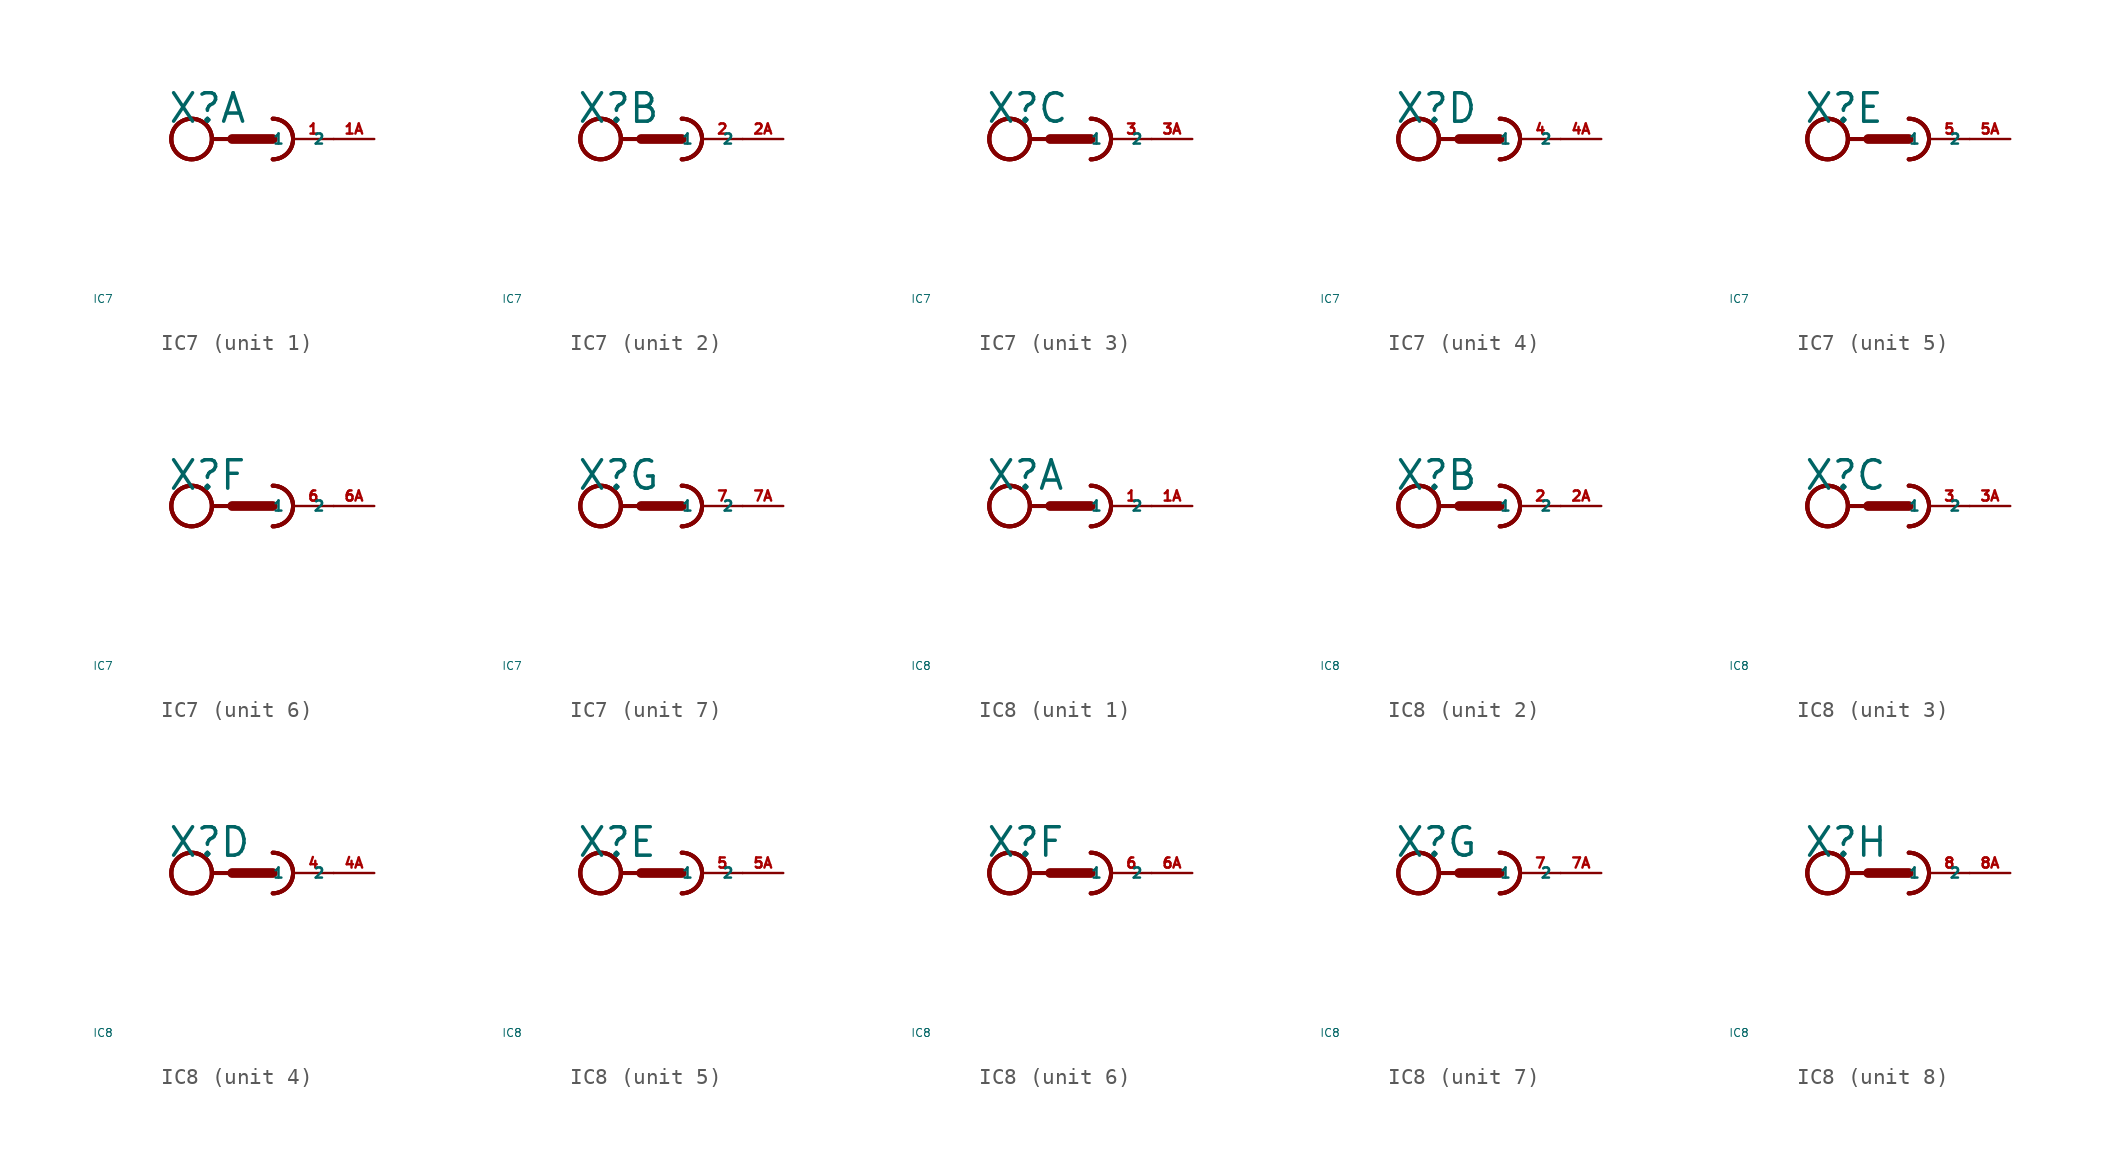
<source format=kicad_sym>
(kicad_symbol_lib
  (version 20220914)
  (generator Eagle2Kicad)
  (symbol "IC7"
    (property "Reference" "X"
      (at -5.334 0.889 0)
      (effects (font (size 1.778 1.778) (thickness 0.22)) (justify left bottom)))
    (property "Value" "IC7"
      (at -10 -10 0)
      (effects (font (size 0.5 0.5) (thickness 0.06)) (justify left)))
    (symbol "IC7_1_0"
      (arc (start 1.27 -1.27) (mid 2.540 0.000) (end 1.27 1.27) (stroke (width 0.254) (type default)) (fill (type none)))
      (arc (start 1.27 -1.27) (mid 2.540 0.000) (end 1.27 1.27) (stroke (width 0.254) (type default)) (fill (type none)))
      (polyline (pts (xy -2.54 0) (xy -1.27 0)) (stroke (width 0.254) (type default)) (fill (type none)))
      (polyline (pts (xy -1.27 0) (xy 1.27 0)) (stroke (width 0.61) (type default)) (fill (type none)))
      (arc (start 1.27 -1.27) (mid 2.540 0.000) (end 1.27 1.27) (stroke (width 0.254) (type default)) (fill (type none)))
      (circle (center -3.81 0) (radius 1.27) (stroke (width 0.254) (type default)) (fill (type none)))
      (circle (center -3.81 0) (radius 1.27) (stroke (width 0.254) (type default)) (fill (type none)))
      (circle (center -3.81 0) (radius 1.27) (stroke (width 0.254) (type default)) (fill (type none)))
      (pin passive line (at 5.08 0 180) (length 2.54) (name "1" (effects (font (size 0.635 0.635) (thickness 0.08)) (justify left bottom))) (number "1" (effects (font (size 0.635 0.635) (thickness 0.08)) (justify left bottom))))
      (pin passive line (at 7.62 0 180) (length 2.54) (name "2" (effects (font (size 0.635 0.635) (thickness 0.08)) (justify left bottom))) (number "1A" (effects (font (size 0.635 0.635) (thickness 0.08)) (justify left bottom)))))
    (symbol "IC7_2_0"
      (arc (start 1.27 -1.27) (mid 2.540 0.000) (end 1.27 1.27) (stroke (width 0.254) (type default)) (fill (type none)))
      (arc (start 1.27 -1.27) (mid 2.540 0.000) (end 1.27 1.27) (stroke (width 0.254) (type default)) (fill (type none)))
      (polyline (pts (xy -2.54 0) (xy -1.27 0)) (stroke (width 0.254) (type default)) (fill (type none)))
      (polyline (pts (xy -1.27 0) (xy 1.27 0)) (stroke (width 0.61) (type default)) (fill (type none)))
      (arc (start 1.27 -1.27) (mid 2.540 0.000) (end 1.27 1.27) (stroke (width 0.254) (type default)) (fill (type none)))
      (circle (center -3.81 0) (radius 1.27) (stroke (width 0.254) (type default)) (fill (type none)))
      (circle (center -3.81 0) (radius 1.27) (stroke (width 0.254) (type default)) (fill (type none)))
      (circle (center -3.81 0) (radius 1.27) (stroke (width 0.254) (type default)) (fill (type none)))
      (pin passive line (at 5.08 0 180) (length 2.54) (name "1" (effects (font (size 0.635 0.635) (thickness 0.08)) (justify left bottom))) (number "2" (effects (font (size 0.635 0.635) (thickness 0.08)) (justify left bottom))))
      (pin passive line (at 7.62 0 180) (length 2.54) (name "2" (effects (font (size 0.635 0.635) (thickness 0.08)) (justify left bottom))) (number "2A" (effects (font (size 0.635 0.635) (thickness 0.08)) (justify left bottom)))))
    (symbol "IC7_3_0"
      (arc (start 1.27 -1.27) (mid 2.540 0.000) (end 1.27 1.27) (stroke (width 0.254) (type default)) (fill (type none)))
      (arc (start 1.27 -1.27) (mid 2.540 0.000) (end 1.27 1.27) (stroke (width 0.254) (type default)) (fill (type none)))
      (polyline (pts (xy -2.54 0) (xy -1.27 0)) (stroke (width 0.254) (type default)) (fill (type none)))
      (polyline (pts (xy -1.27 0) (xy 1.27 0)) (stroke (width 0.61) (type default)) (fill (type none)))
      (arc (start 1.27 -1.27) (mid 2.540 0.000) (end 1.27 1.27) (stroke (width 0.254) (type default)) (fill (type none)))
      (circle (center -3.81 0) (radius 1.27) (stroke (width 0.254) (type default)) (fill (type none)))
      (circle (center -3.81 0) (radius 1.27) (stroke (width 0.254) (type default)) (fill (type none)))
      (circle (center -3.81 0) (radius 1.27) (stroke (width 0.254) (type default)) (fill (type none)))
      (pin passive line (at 5.08 0 180) (length 2.54) (name "1" (effects (font (size 0.635 0.635) (thickness 0.08)) (justify left bottom))) (number "3" (effects (font (size 0.635 0.635) (thickness 0.08)) (justify left bottom))))
      (pin passive line (at 7.62 0 180) (length 2.54) (name "2" (effects (font (size 0.635 0.635) (thickness 0.08)) (justify left bottom))) (number "3A" (effects (font (size 0.635 0.635) (thickness 0.08)) (justify left bottom)))))
    (symbol "IC7_4_0"
      (arc (start 1.27 -1.27) (mid 2.540 0.000) (end 1.27 1.27) (stroke (width 0.254) (type default)) (fill (type none)))
      (arc (start 1.27 -1.27) (mid 2.540 0.000) (end 1.27 1.27) (stroke (width 0.254) (type default)) (fill (type none)))
      (polyline (pts (xy -2.54 0) (xy -1.27 0)) (stroke (width 0.254) (type default)) (fill (type none)))
      (polyline (pts (xy -1.27 0) (xy 1.27 0)) (stroke (width 0.61) (type default)) (fill (type none)))
      (arc (start 1.27 -1.27) (mid 2.540 0.000) (end 1.27 1.27) (stroke (width 0.254) (type default)) (fill (type none)))
      (circle (center -3.81 0) (radius 1.27) (stroke (width 0.254) (type default)) (fill (type none)))
      (circle (center -3.81 0) (radius 1.27) (stroke (width 0.254) (type default)) (fill (type none)))
      (circle (center -3.81 0) (radius 1.27) (stroke (width 0.254) (type default)) (fill (type none)))
      (pin passive line (at 5.08 0 180) (length 2.54) (name "1" (effects (font (size 0.635 0.635) (thickness 0.08)) (justify left bottom))) (number "4" (effects (font (size 0.635 0.635) (thickness 0.08)) (justify left bottom))))
      (pin passive line (at 7.62 0 180) (length 2.54) (name "2" (effects (font (size 0.635 0.635) (thickness 0.08)) (justify left bottom))) (number "4A" (effects (font (size 0.635 0.635) (thickness 0.08)) (justify left bottom)))))
    (symbol "IC7_5_0"
      (arc (start 1.27 -1.27) (mid 2.540 0.000) (end 1.27 1.27) (stroke (width 0.254) (type default)) (fill (type none)))
      (arc (start 1.27 -1.27) (mid 2.540 0.000) (end 1.27 1.27) (stroke (width 0.254) (type default)) (fill (type none)))
      (polyline (pts (xy -2.54 0) (xy -1.27 0)) (stroke (width 0.254) (type default)) (fill (type none)))
      (polyline (pts (xy -1.27 0) (xy 1.27 0)) (stroke (width 0.61) (type default)) (fill (type none)))
      (arc (start 1.27 -1.27) (mid 2.540 0.000) (end 1.27 1.27) (stroke (width 0.254) (type default)) (fill (type none)))
      (circle (center -3.81 0) (radius 1.27) (stroke (width 0.254) (type default)) (fill (type none)))
      (circle (center -3.81 0) (radius 1.27) (stroke (width 0.254) (type default)) (fill (type none)))
      (circle (center -3.81 0) (radius 1.27) (stroke (width 0.254) (type default)) (fill (type none)))
      (pin passive line (at 5.08 0 180) (length 2.54) (name "1" (effects (font (size 0.635 0.635) (thickness 0.08)) (justify left bottom))) (number "5" (effects (font (size 0.635 0.635) (thickness 0.08)) (justify left bottom))))
      (pin passive line (at 7.62 0 180) (length 2.54) (name "2" (effects (font (size 0.635 0.635) (thickness 0.08)) (justify left bottom))) (number "5A" (effects (font (size 0.635 0.635) (thickness 0.08)) (justify left bottom)))))
    (symbol "IC7_6_0"
      (arc (start 1.27 -1.27) (mid 2.540 0.000) (end 1.27 1.27) (stroke (width 0.254) (type default)) (fill (type none)))
      (arc (start 1.27 -1.27) (mid 2.540 0.000) (end 1.27 1.27) (stroke (width 0.254) (type default)) (fill (type none)))
      (polyline (pts (xy -2.54 0) (xy -1.27 0)) (stroke (width 0.254) (type default)) (fill (type none)))
      (polyline (pts (xy -1.27 0) (xy 1.27 0)) (stroke (width 0.61) (type default)) (fill (type none)))
      (arc (start 1.27 -1.27) (mid 2.540 0.000) (end 1.27 1.27) (stroke (width 0.254) (type default)) (fill (type none)))
      (circle (center -3.81 0) (radius 1.27) (stroke (width 0.254) (type default)) (fill (type none)))
      (circle (center -3.81 0) (radius 1.27) (stroke (width 0.254) (type default)) (fill (type none)))
      (circle (center -3.81 0) (radius 1.27) (stroke (width 0.254) (type default)) (fill (type none)))
      (pin passive line (at 5.08 0 180) (length 2.54) (name "1" (effects (font (size 0.635 0.635) (thickness 0.08)) (justify left bottom))) (number "6" (effects (font (size 0.635 0.635) (thickness 0.08)) (justify left bottom))))
      (pin passive line (at 7.62 0 180) (length 2.54) (name "2" (effects (font (size 0.635 0.635) (thickness 0.08)) (justify left bottom))) (number "6A" (effects (font (size 0.635 0.635) (thickness 0.08)) (justify left bottom)))))
    (symbol "IC7_7_0"
      (arc (start 1.27 -1.27) (mid 2.540 0.000) (end 1.27 1.27) (stroke (width 0.254) (type default)) (fill (type none)))
      (arc (start 1.27 -1.27) (mid 2.540 0.000) (end 1.27 1.27) (stroke (width 0.254) (type default)) (fill (type none)))
      (polyline (pts (xy -2.54 0) (xy -1.27 0)) (stroke (width 0.254) (type default)) (fill (type none)))
      (polyline (pts (xy -1.27 0) (xy 1.27 0)) (stroke (width 0.61) (type default)) (fill (type none)))
      (arc (start 1.27 -1.27) (mid 2.540 0.000) (end 1.27 1.27) (stroke (width 0.254) (type default)) (fill (type none)))
      (circle (center -3.81 0) (radius 1.27) (stroke (width 0.254) (type default)) (fill (type none)))
      (circle (center -3.81 0) (radius 1.27) (stroke (width 0.254) (type default)) (fill (type none)))
      (circle (center -3.81 0) (radius 1.27) (stroke (width 0.254) (type default)) (fill (type none)))
      (pin passive line (at 5.08 0 180) (length 2.54) (name "1" (effects (font (size 0.635 0.635) (thickness 0.08)) (justify left bottom))) (number "7" (effects (font (size 0.635 0.635) (thickness 0.08)) (justify left bottom))))
      (pin passive line (at 7.62 0 180) (length 2.54) (name "2" (effects (font (size 0.635 0.635) (thickness 0.08)) (justify left bottom))) (number "7A" (effects (font (size 0.635 0.635) (thickness 0.08)) (justify left bottom))))))
  (symbol "IC8"
    (property "Reference" "X"
      (at -5.334 0.889 0)
      (effects (font (size 1.778 1.778) (thickness 0.22)) (justify left bottom)))
    (property "Value" "IC8"
      (at -10 -10 0)
      (effects (font (size 0.5 0.5) (thickness 0.06)) (justify left)))
    (symbol "IC8_1_0"
      (arc (start 1.27 -1.27) (mid 2.540 0.000) (end 1.27 1.27) (stroke (width 0.254) (type default)) (fill (type none)))
      (arc (start 1.27 -1.27) (mid 2.540 0.000) (end 1.27 1.27) (stroke (width 0.254) (type default)) (fill (type none)))
      (polyline (pts (xy -2.54 0) (xy -1.27 0)) (stroke (width 0.254) (type default)) (fill (type none)))
      (polyline (pts (xy -1.27 0) (xy 1.27 0)) (stroke (width 0.61) (type default)) (fill (type none)))
      (arc (start 1.27 -1.27) (mid 2.540 0.000) (end 1.27 1.27) (stroke (width 0.254) (type default)) (fill (type none)))
      (circle (center -3.81 0) (radius 1.27) (stroke (width 0.254) (type default)) (fill (type none)))
      (circle (center -3.81 0) (radius 1.27) (stroke (width 0.254) (type default)) (fill (type none)))
      (circle (center -3.81 0) (radius 1.27) (stroke (width 0.254) (type default)) (fill (type none)))
      (pin passive line (at 5.08 0 180) (length 2.54) (name "1" (effects (font (size 0.635 0.635) (thickness 0.08)) (justify left bottom))) (number "1" (effects (font (size 0.635 0.635) (thickness 0.08)) (justify left bottom))))
      (pin passive line (at 7.62 0 180) (length 2.54) (name "2" (effects (font (size 0.635 0.635) (thickness 0.08)) (justify left bottom))) (number "1A" (effects (font (size 0.635 0.635) (thickness 0.08)) (justify left bottom)))))
    (symbol "IC8_2_0"
      (arc (start 1.27 -1.27) (mid 2.540 0.000) (end 1.27 1.27) (stroke (width 0.254) (type default)) (fill (type none)))
      (arc (start 1.27 -1.27) (mid 2.540 0.000) (end 1.27 1.27) (stroke (width 0.254) (type default)) (fill (type none)))
      (polyline (pts (xy -2.54 0) (xy -1.27 0)) (stroke (width 0.254) (type default)) (fill (type none)))
      (polyline (pts (xy -1.27 0) (xy 1.27 0)) (stroke (width 0.61) (type default)) (fill (type none)))
      (arc (start 1.27 -1.27) (mid 2.540 0.000) (end 1.27 1.27) (stroke (width 0.254) (type default)) (fill (type none)))
      (circle (center -3.81 0) (radius 1.27) (stroke (width 0.254) (type default)) (fill (type none)))
      (circle (center -3.81 0) (radius 1.27) (stroke (width 0.254) (type default)) (fill (type none)))
      (circle (center -3.81 0) (radius 1.27) (stroke (width 0.254) (type default)) (fill (type none)))
      (pin passive line (at 5.08 0 180) (length 2.54) (name "1" (effects (font (size 0.635 0.635) (thickness 0.08)) (justify left bottom))) (number "2" (effects (font (size 0.635 0.635) (thickness 0.08)) (justify left bottom))))
      (pin passive line (at 7.62 0 180) (length 2.54) (name "2" (effects (font (size 0.635 0.635) (thickness 0.08)) (justify left bottom))) (number "2A" (effects (font (size 0.635 0.635) (thickness 0.08)) (justify left bottom)))))
    (symbol "IC8_3_0"
      (arc (start 1.27 -1.27) (mid 2.540 0.000) (end 1.27 1.27) (stroke (width 0.254) (type default)) (fill (type none)))
      (arc (start 1.27 -1.27) (mid 2.540 0.000) (end 1.27 1.27) (stroke (width 0.254) (type default)) (fill (type none)))
      (polyline (pts (xy -2.54 0) (xy -1.27 0)) (stroke (width 0.254) (type default)) (fill (type none)))
      (polyline (pts (xy -1.27 0) (xy 1.27 0)) (stroke (width 0.61) (type default)) (fill (type none)))
      (arc (start 1.27 -1.27) (mid 2.540 0.000) (end 1.27 1.27) (stroke (width 0.254) (type default)) (fill (type none)))
      (circle (center -3.81 0) (radius 1.27) (stroke (width 0.254) (type default)) (fill (type none)))
      (circle (center -3.81 0) (radius 1.27) (stroke (width 0.254) (type default)) (fill (type none)))
      (circle (center -3.81 0) (radius 1.27) (stroke (width 0.254) (type default)) (fill (type none)))
      (pin passive line (at 5.08 0 180) (length 2.54) (name "1" (effects (font (size 0.635 0.635) (thickness 0.08)) (justify left bottom))) (number "3" (effects (font (size 0.635 0.635) (thickness 0.08)) (justify left bottom))))
      (pin passive line (at 7.62 0 180) (length 2.54) (name "2" (effects (font (size 0.635 0.635) (thickness 0.08)) (justify left bottom))) (number "3A" (effects (font (size 0.635 0.635) (thickness 0.08)) (justify left bottom)))))
    (symbol "IC8_4_0"
      (arc (start 1.27 -1.27) (mid 2.540 0.000) (end 1.27 1.27) (stroke (width 0.254) (type default)) (fill (type none)))
      (arc (start 1.27 -1.27) (mid 2.540 0.000) (end 1.27 1.27) (stroke (width 0.254) (type default)) (fill (type none)))
      (polyline (pts (xy -2.54 0) (xy -1.27 0)) (stroke (width 0.254) (type default)) (fill (type none)))
      (polyline (pts (xy -1.27 0) (xy 1.27 0)) (stroke (width 0.61) (type default)) (fill (type none)))
      (arc (start 1.27 -1.27) (mid 2.540 0.000) (end 1.27 1.27) (stroke (width 0.254) (type default)) (fill (type none)))
      (circle (center -3.81 0) (radius 1.27) (stroke (width 0.254) (type default)) (fill (type none)))
      (circle (center -3.81 0) (radius 1.27) (stroke (width 0.254) (type default)) (fill (type none)))
      (circle (center -3.81 0) (radius 1.27) (stroke (width 0.254) (type default)) (fill (type none)))
      (pin passive line (at 5.08 0 180) (length 2.54) (name "1" (effects (font (size 0.635 0.635) (thickness 0.08)) (justify left bottom))) (number "4" (effects (font (size 0.635 0.635) (thickness 0.08)) (justify left bottom))))
      (pin passive line (at 7.62 0 180) (length 2.54) (name "2" (effects (font (size 0.635 0.635) (thickness 0.08)) (justify left bottom))) (number "4A" (effects (font (size 0.635 0.635) (thickness 0.08)) (justify left bottom)))))
    (symbol "IC8_5_0"
      (arc (start 1.27 -1.27) (mid 2.540 0.000) (end 1.27 1.27) (stroke (width 0.254) (type default)) (fill (type none)))
      (arc (start 1.27 -1.27) (mid 2.540 0.000) (end 1.27 1.27) (stroke (width 0.254) (type default)) (fill (type none)))
      (polyline (pts (xy -2.54 0) (xy -1.27 0)) (stroke (width 0.254) (type default)) (fill (type none)))
      (polyline (pts (xy -1.27 0) (xy 1.27 0)) (stroke (width 0.61) (type default)) (fill (type none)))
      (arc (start 1.27 -1.27) (mid 2.540 0.000) (end 1.27 1.27) (stroke (width 0.254) (type default)) (fill (type none)))
      (circle (center -3.81 0) (radius 1.27) (stroke (width 0.254) (type default)) (fill (type none)))
      (circle (center -3.81 0) (radius 1.27) (stroke (width 0.254) (type default)) (fill (type none)))
      (circle (center -3.81 0) (radius 1.27) (stroke (width 0.254) (type default)) (fill (type none)))
      (pin passive line (at 5.08 0 180) (length 2.54) (name "1" (effects (font (size 0.635 0.635) (thickness 0.08)) (justify left bottom))) (number "5" (effects (font (size 0.635 0.635) (thickness 0.08)) (justify left bottom))))
      (pin passive line (at 7.62 0 180) (length 2.54) (name "2" (effects (font (size 0.635 0.635) (thickness 0.08)) (justify left bottom))) (number "5A" (effects (font (size 0.635 0.635) (thickness 0.08)) (justify left bottom)))))
    (symbol "IC8_6_0"
      (arc (start 1.27 -1.27) (mid 2.540 0.000) (end 1.27 1.27) (stroke (width 0.254) (type default)) (fill (type none)))
      (arc (start 1.27 -1.27) (mid 2.540 0.000) (end 1.27 1.27) (stroke (width 0.254) (type default)) (fill (type none)))
      (polyline (pts (xy -2.54 0) (xy -1.27 0)) (stroke (width 0.254) (type default)) (fill (type none)))
      (polyline (pts (xy -1.27 0) (xy 1.27 0)) (stroke (width 0.61) (type default)) (fill (type none)))
      (arc (start 1.27 -1.27) (mid 2.540 0.000) (end 1.27 1.27) (stroke (width 0.254) (type default)) (fill (type none)))
      (circle (center -3.81 0) (radius 1.27) (stroke (width 0.254) (type default)) (fill (type none)))
      (circle (center -3.81 0) (radius 1.27) (stroke (width 0.254) (type default)) (fill (type none)))
      (circle (center -3.81 0) (radius 1.27) (stroke (width 0.254) (type default)) (fill (type none)))
      (pin passive line (at 5.08 0 180) (length 2.54) (name "1" (effects (font (size 0.635 0.635) (thickness 0.08)) (justify left bottom))) (number "6" (effects (font (size 0.635 0.635) (thickness 0.08)) (justify left bottom))))
      (pin passive line (at 7.62 0 180) (length 2.54) (name "2" (effects (font (size 0.635 0.635) (thickness 0.08)) (justify left bottom))) (number "6A" (effects (font (size 0.635 0.635) (thickness 0.08)) (justify left bottom)))))
    (symbol "IC8_7_0"
      (arc (start 1.27 -1.27) (mid 2.540 0.000) (end 1.27 1.27) (stroke (width 0.254) (type default)) (fill (type none)))
      (arc (start 1.27 -1.27) (mid 2.540 0.000) (end 1.27 1.27) (stroke (width 0.254) (type default)) (fill (type none)))
      (polyline (pts (xy -2.54 0) (xy -1.27 0)) (stroke (width 0.254) (type default)) (fill (type none)))
      (polyline (pts (xy -1.27 0) (xy 1.27 0)) (stroke (width 0.61) (type default)) (fill (type none)))
      (arc (start 1.27 -1.27) (mid 2.540 0.000) (end 1.27 1.27) (stroke (width 0.254) (type default)) (fill (type none)))
      (circle (center -3.81 0) (radius 1.27) (stroke (width 0.254) (type default)) (fill (type none)))
      (circle (center -3.81 0) (radius 1.27) (stroke (width 0.254) (type default)) (fill (type none)))
      (circle (center -3.81 0) (radius 1.27) (stroke (width 0.254) (type default)) (fill (type none)))
      (pin passive line (at 5.08 0 180) (length 2.54) (name "1" (effects (font (size 0.635 0.635) (thickness 0.08)) (justify left bottom))) (number "7" (effects (font (size 0.635 0.635) (thickness 0.08)) (justify left bottom))))
      (pin passive line (at 7.62 0 180) (length 2.54) (name "2" (effects (font (size 0.635 0.635) (thickness 0.08)) (justify left bottom))) (number "7A" (effects (font (size 0.635 0.635) (thickness 0.08)) (justify left bottom)))))
    (symbol "IC8_8_0"
      (arc (start 1.27 -1.27) (mid 2.540 0.000) (end 1.27 1.27) (stroke (width 0.254) (type default)) (fill (type none)))
      (arc (start 1.27 -1.27) (mid 2.540 0.000) (end 1.27 1.27) (stroke (width 0.254) (type default)) (fill (type none)))
      (polyline (pts (xy -2.54 0) (xy -1.27 0)) (stroke (width 0.254) (type default)) (fill (type none)))
      (polyline (pts (xy -1.27 0) (xy 1.27 0)) (stroke (width 0.61) (type default)) (fill (type none)))
      (arc (start 1.27 -1.27) (mid 2.540 0.000) (end 1.27 1.27) (stroke (width 0.254) (type default)) (fill (type none)))
      (circle (center -3.81 0) (radius 1.27) (stroke (width 0.254) (type default)) (fill (type none)))
      (circle (center -3.81 0) (radius 1.27) (stroke (width 0.254) (type default)) (fill (type none)))
      (circle (center -3.81 0) (radius 1.27) (stroke (width 0.254) (type default)) (fill (type none)))
      (pin passive line (at 5.08 0 180) (length 2.54) (name "1" (effects (font (size 0.635 0.635) (thickness 0.08)) (justify left bottom))) (number "8" (effects (font (size 0.635 0.635) (thickness 0.08)) (justify left bottom))))
      (pin passive line (at 7.62 0 180) (length 2.54) (name "2" (effects (font (size 0.635 0.635) (thickness 0.08)) (justify left bottom))) (number "8A" (effects (font (size 0.635 0.635) (thickness 0.08)) (justify left bottom)))))))
</source>
